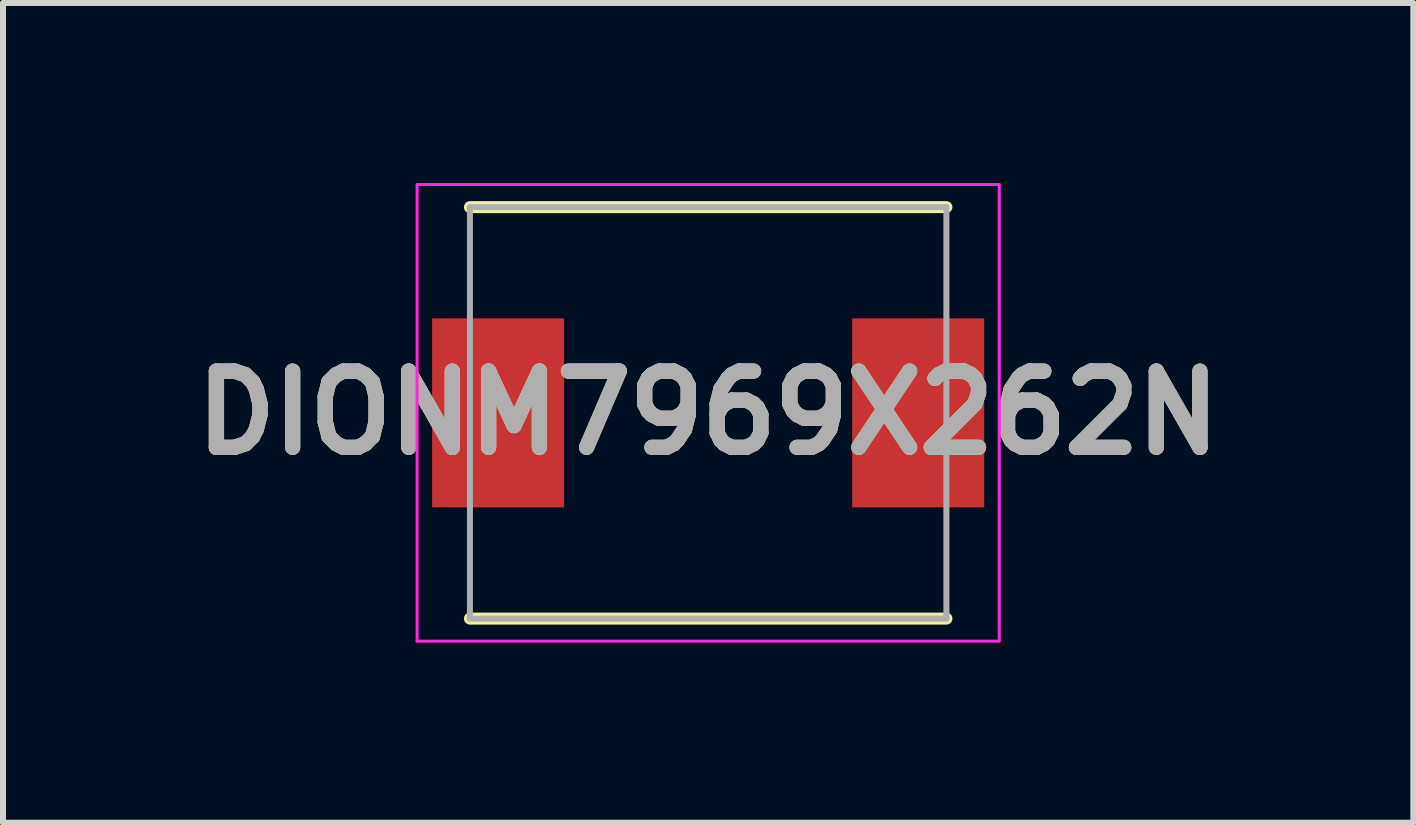
<source format=kicad_pcb>
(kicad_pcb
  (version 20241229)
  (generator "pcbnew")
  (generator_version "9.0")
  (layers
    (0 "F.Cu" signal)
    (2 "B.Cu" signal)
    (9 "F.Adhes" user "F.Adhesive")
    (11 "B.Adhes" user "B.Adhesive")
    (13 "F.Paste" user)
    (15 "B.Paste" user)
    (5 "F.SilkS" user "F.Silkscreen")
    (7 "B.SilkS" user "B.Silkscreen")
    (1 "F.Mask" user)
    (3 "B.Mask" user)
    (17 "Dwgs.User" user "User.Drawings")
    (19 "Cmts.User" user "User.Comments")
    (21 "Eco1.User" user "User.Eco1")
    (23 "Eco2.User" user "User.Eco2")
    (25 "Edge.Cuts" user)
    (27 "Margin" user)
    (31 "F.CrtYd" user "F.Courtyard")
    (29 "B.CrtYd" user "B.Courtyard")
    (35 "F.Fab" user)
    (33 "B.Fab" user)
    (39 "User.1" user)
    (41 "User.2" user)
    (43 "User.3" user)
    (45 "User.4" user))
  (footprint "DIONM7969X262N"
    (layer "F.Cu")
    (at 8.751 3.83)
    (property "Reference" "DIONM7969X262N" (at 0 0 0) (layer "F.SilkS") (effects (font (size 1.27 1.27) (thickness 0.254))))
    (attr smd)
    (fp_line (start -3.97 3.428) (end 3.97 3.428) (stroke (width 0.2) (type solid)) (layer "F.SilkS"))
    (fp_line (start 3.97 -3.428) (end -3.97 -3.428) (stroke (width 0.2) (type solid)) (layer "F.SilkS"))
    (fp_line (start -4.85 -3.805) (end 4.85 -3.805) (stroke (width 0.05) (type solid)) (layer "F.CrtYd"))
    (fp_line (start -4.85 3.805) (end -4.85 -3.805) (stroke (width 0.05) (type solid)) (layer "F.CrtYd"))
    (fp_line (start 4.85 -3.805) (end 4.85 3.805) (stroke (width 0.05) (type solid)) (layer "F.CrtYd"))
    (fp_line (start 4.85 3.805) (end -4.85 3.805) (stroke (width 0.05) (type solid)) (layer "F.CrtYd"))
    (fp_line (start -3.97 -3.428) (end 3.97 -3.428) (stroke (width 0.1) (type solid)) (layer "F.Fab"))
    (fp_line (start -3.97 3.428) (end -3.97 -3.428) (stroke (width 0.1) (type solid)) (layer "F.Fab"))
    (fp_line (start 3.97 -3.428) (end 3.97 3.428) (stroke (width 0.1) (type solid)) (layer "F.Fab"))
    (fp_line (start 3.97 3.428) (end -3.97 3.428) (stroke (width 0.1) (type solid)) (layer "F.Fab"))
    (fp_text user "${REFERENCE}" (at 0 0 0) (layer "F.Fab") (effects (font (size 1.27 1.27) (thickness 0.254))))
    (pad "1" smd rect (at -3.5 0) (size 2.2 3.15) (layers "F.Cu" "F.Mask" "F.Paste"))
    (pad "2" smd rect (at 3.5 0) (size 2.2 3.15) (layers "F.Cu" "F.Mask" "F.Paste")))
  (gr_rect
    (start -3 -3)
    (end 20.502 10.66)
    (stroke (width 0.1) (type default))
    (fill no)
    (layer "Edge.Cuts")))
</source>
